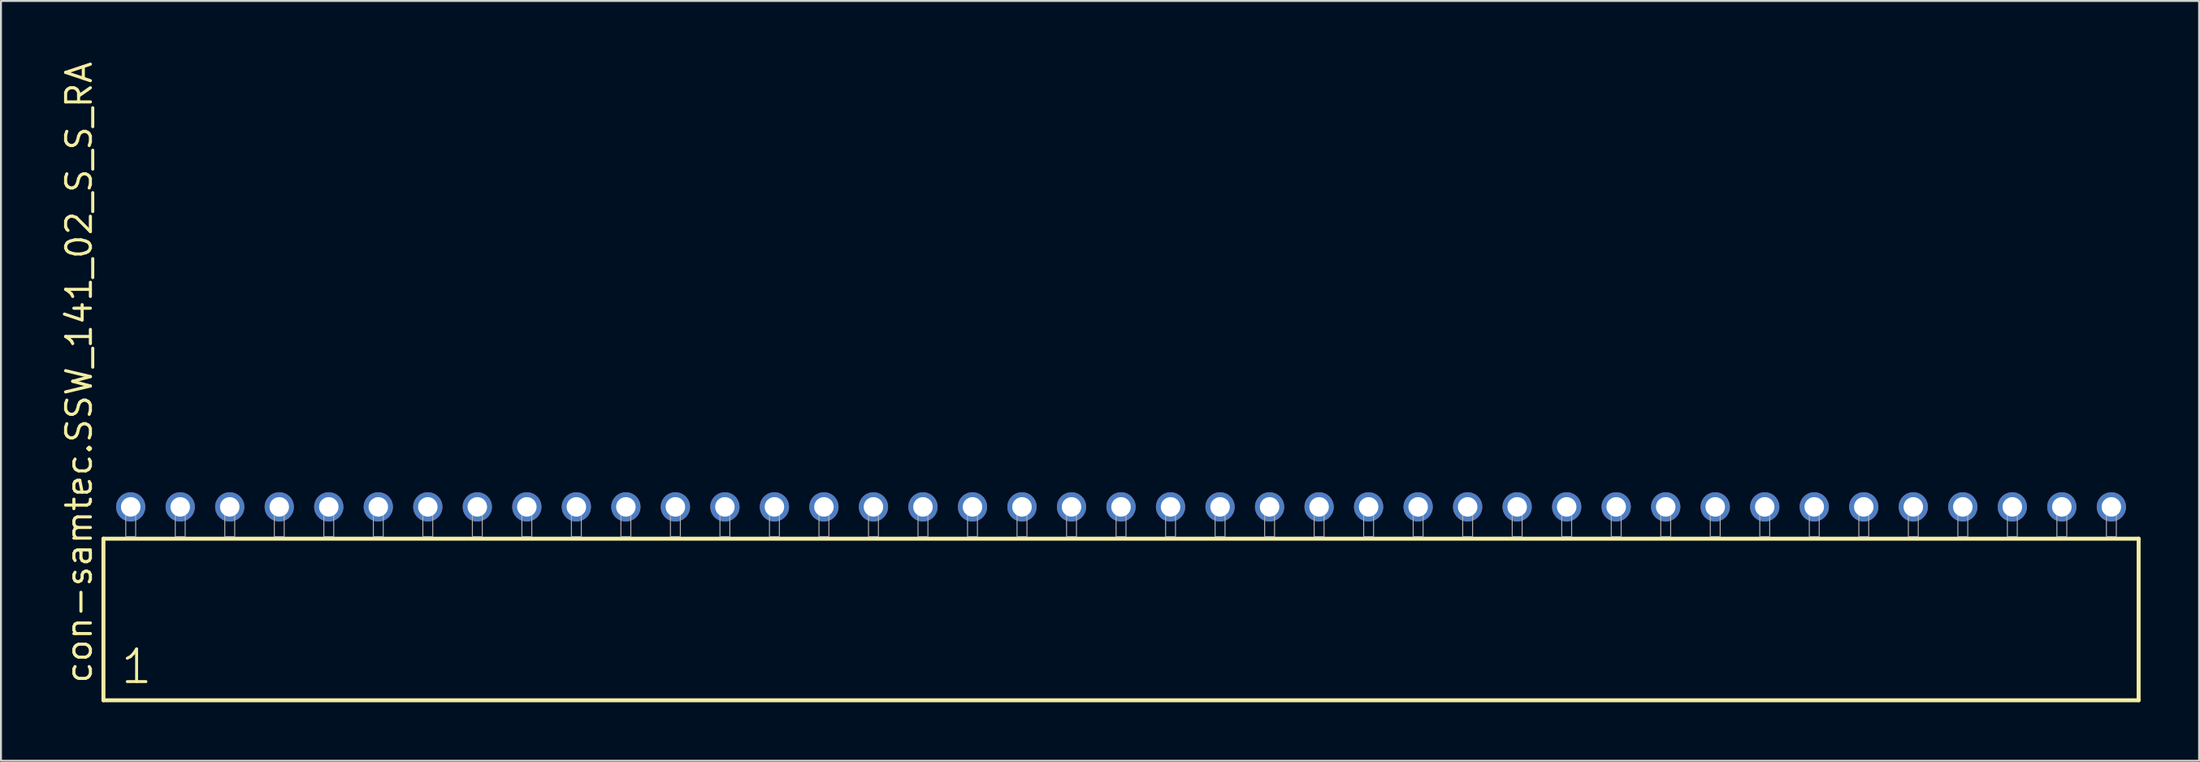
<source format=kicad_pcb>
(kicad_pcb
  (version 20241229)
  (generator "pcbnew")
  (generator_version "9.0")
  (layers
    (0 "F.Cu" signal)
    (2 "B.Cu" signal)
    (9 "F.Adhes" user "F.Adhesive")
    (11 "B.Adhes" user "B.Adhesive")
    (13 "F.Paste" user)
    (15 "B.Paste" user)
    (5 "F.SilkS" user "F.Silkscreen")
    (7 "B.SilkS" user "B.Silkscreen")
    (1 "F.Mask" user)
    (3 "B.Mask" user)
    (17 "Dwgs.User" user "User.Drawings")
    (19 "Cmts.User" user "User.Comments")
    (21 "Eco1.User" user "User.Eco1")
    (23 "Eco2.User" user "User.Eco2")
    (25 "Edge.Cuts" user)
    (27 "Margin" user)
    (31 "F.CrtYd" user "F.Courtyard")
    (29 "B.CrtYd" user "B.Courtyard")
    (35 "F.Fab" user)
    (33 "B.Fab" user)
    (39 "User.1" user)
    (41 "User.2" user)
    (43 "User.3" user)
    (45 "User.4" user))
  (footprint "con-samtec.SSW_141_02_S_S_RA"
    (layer "F.Cu")
    (at 54.455 24.477)
    (property "Reference" "con-samtec.SSW_141_02_S_S_RA" (at -52.705 7.62 90) (layer "F.SilkS") (effects (font (size 1.27 1.27) (thickness 0.16)) (justify left bottom)))
    (attr through_hole)
    (fp_line (start -52.199 0.106) (end -52.199 8.396) (stroke (width 0.203) (type default)) (layer "F.SilkS"))
    (fp_line (start -52.199 8.396) (end 52.199 8.396) (stroke (width 0.203) (type default)) (layer "F.SilkS"))
    (fp_line (start 52.199 0.106) (end -52.199 0.106) (stroke (width 0.203) (type default)) (layer "F.SilkS"))
    (fp_line (start 52.199 8.396) (end 52.199 0.106) (stroke (width 0.203) (type default)) (layer "F.SilkS"))
    (fp_rect (start -51.054 0) (end -50.546 -1.778) (stroke (width 0.05) (type default)) (fill no) (layer "F.Fab"))
    (fp_rect (start -48.514 0) (end -48.006 -1.778) (stroke (width 0.05) (type default)) (fill no) (layer "F.Fab"))
    (fp_rect (start -45.974 0) (end -45.466 -1.778) (stroke (width 0.05) (type default)) (fill no) (layer "F.Fab"))
    (fp_rect (start -43.434 0) (end -42.926 -1.778) (stroke (width 0.05) (type default)) (fill no) (layer "F.Fab"))
    (fp_rect (start -40.894 0) (end -40.386 -1.778) (stroke (width 0.05) (type default)) (fill no) (layer "F.Fab"))
    (fp_rect (start -38.354 0) (end -37.846 -1.778) (stroke (width 0.05) (type default)) (fill no) (layer "F.Fab"))
    (fp_rect (start -35.814 0) (end -35.306 -1.778) (stroke (width 0.05) (type default)) (fill no) (layer "F.Fab"))
    (fp_rect (start -33.274 0) (end -32.766 -1.778) (stroke (width 0.05) (type default)) (fill no) (layer "F.Fab"))
    (fp_rect (start -30.734 0) (end -30.226 -1.778) (stroke (width 0.05) (type default)) (fill no) (layer "F.Fab"))
    (fp_rect (start -28.194 0) (end -27.686 -1.778) (stroke (width 0.05) (type default)) (fill no) (layer "F.Fab"))
    (fp_rect (start -25.654 0) (end -25.146 -1.778) (stroke (width 0.05) (type default)) (fill no) (layer "F.Fab"))
    (fp_rect (start -23.114 0) (end -22.606 -1.778) (stroke (width 0.05) (type default)) (fill no) (layer "F.Fab"))
    (fp_rect (start -20.574 0) (end -20.066 -1.778) (stroke (width 0.05) (type default)) (fill no) (layer "F.Fab"))
    (fp_rect (start -18.034 0) (end -17.526 -1.778) (stroke (width 0.05) (type default)) (fill no) (layer "F.Fab"))
    (fp_rect (start -15.494 0) (end -14.986 -1.778) (stroke (width 0.05) (type default)) (fill no) (layer "F.Fab"))
    (fp_rect (start -12.954 0) (end -12.446 -1.778) (stroke (width 0.05) (type default)) (fill no) (layer "F.Fab"))
    (fp_rect (start -10.414 0) (end -9.906 -1.778) (stroke (width 0.05) (type default)) (fill no) (layer "F.Fab"))
    (fp_rect (start -7.874 0) (end -7.366 -1.778) (stroke (width 0.05) (type default)) (fill no) (layer "F.Fab"))
    (fp_rect (start -5.334 0) (end -4.826 -1.778) (stroke (width 0.05) (type default)) (fill no) (layer "F.Fab"))
    (fp_rect (start -2.794 0) (end -2.286 -1.778) (stroke (width 0.05) (type default)) (fill no) (layer "F.Fab"))
    (fp_rect (start -0.254 0) (end 0.254 -1.778) (stroke (width 0.05) (type default)) (fill no) (layer "F.Fab"))
    (fp_rect (start 2.286 0) (end 2.794 -1.778) (stroke (width 0.05) (type default)) (fill no) (layer "F.Fab"))
    (fp_rect (start 4.826 0) (end 5.334 -1.778) (stroke (width 0.05) (type default)) (fill no) (layer "F.Fab"))
    (fp_rect (start 7.366 0) (end 7.874 -1.778) (stroke (width 0.05) (type default)) (fill no) (layer "F.Fab"))
    (fp_rect (start 9.906 0) (end 10.414 -1.778) (stroke (width 0.05) (type default)) (fill no) (layer "F.Fab"))
    (fp_rect (start 12.446 0) (end 12.954 -1.778) (stroke (width 0.05) (type default)) (fill no) (layer "F.Fab"))
    (fp_rect (start 14.986 0) (end 15.494 -1.778) (stroke (width 0.05) (type default)) (fill no) (layer "F.Fab"))
    (fp_rect (start 17.526 0) (end 18.034 -1.778) (stroke (width 0.05) (type default)) (fill no) (layer "F.Fab"))
    (fp_rect (start 20.066 0) (end 20.574 -1.778) (stroke (width 0.05) (type default)) (fill no) (layer "F.Fab"))
    (fp_rect (start 22.606 0) (end 23.114 -1.778) (stroke (width 0.05) (type default)) (fill no) (layer "F.Fab"))
    (fp_rect (start 25.146 0) (end 25.654 -1.778) (stroke (width 0.05) (type default)) (fill no) (layer "F.Fab"))
    (fp_rect (start 27.686 0) (end 28.194 -1.778) (stroke (width 0.05) (type default)) (fill no) (layer "F.Fab"))
    (fp_rect (start 30.226 0) (end 30.734 -1.778) (stroke (width 0.05) (type default)) (fill no) (layer "F.Fab"))
    (fp_rect (start 32.766 0) (end 33.274 -1.778) (stroke (width 0.05) (type default)) (fill no) (layer "F.Fab"))
    (fp_rect (start 35.306 0) (end 35.814 -1.778) (stroke (width 0.05) (type default)) (fill no) (layer "F.Fab"))
    (fp_rect (start 37.846 0) (end 38.354 -1.778) (stroke (width 0.05) (type default)) (fill no) (layer "F.Fab"))
    (fp_rect (start 40.386 0) (end 40.894 -1.778) (stroke (width 0.05) (type default)) (fill no) (layer "F.Fab"))
    (fp_rect (start 42.926 0) (end 43.434 -1.778) (stroke (width 0.05) (type default)) (fill no) (layer "F.Fab"))
    (fp_rect (start 45.466 0) (end 45.974 -1.778) (stroke (width 0.05) (type default)) (fill no) (layer "F.Fab"))
    (fp_rect (start 48.006 0) (end 48.514 -1.778) (stroke (width 0.05) (type default)) (fill no) (layer "F.Fab"))
    (fp_rect (start 50.546 0) (end 51.054 -1.778) (stroke (width 0.05) (type default)) (fill no) (layer "F.Fab"))
    (fp_text user "1" (at -51.395 7.65 0) (layer "F.SilkS") (effects (font (size 1.676 1.676) (thickness 0.15)) (justify left bottom)))
    (pad "1" thru_hole circle (at -50.8 -1.524) (size 1.5 1.5) (drill 1) (layers "*.Cu" "*.Mask"))
    (pad "2" thru_hole circle (at -48.26 -1.524) (size 1.5 1.5) (drill 1) (layers "*.Cu" "*.Mask"))
    (pad "3" thru_hole circle (at -45.72 -1.524) (size 1.5 1.5) (drill 1) (layers "*.Cu" "*.Mask"))
    (pad "4" thru_hole circle (at -43.18 -1.524) (size 1.5 1.5) (drill 1) (layers "*.Cu" "*.Mask"))
    (pad "5" thru_hole circle (at -40.64 -1.524) (size 1.5 1.5) (drill 1) (layers "*.Cu" "*.Mask"))
    (pad "6" thru_hole circle (at -38.1 -1.524) (size 1.5 1.5) (drill 1) (layers "*.Cu" "*.Mask"))
    (pad "7" thru_hole circle (at -35.56 -1.524) (size 1.5 1.5) (drill 1) (layers "*.Cu" "*.Mask"))
    (pad "8" thru_hole circle (at -33.02 -1.524) (size 1.5 1.5) (drill 1) (layers "*.Cu" "*.Mask"))
    (pad "9" thru_hole circle (at -30.48 -1.524) (size 1.5 1.5) (drill 1) (layers "*.Cu" "*.Mask"))
    (pad "10" thru_hole circle (at -27.94 -1.524) (size 1.5 1.5) (drill 1) (layers "*.Cu" "*.Mask"))
    (pad "11" thru_hole circle (at -25.4 -1.524) (size 1.5 1.5) (drill 1) (layers "*.Cu" "*.Mask"))
    (pad "12" thru_hole circle (at -22.86 -1.524) (size 1.5 1.5) (drill 1) (layers "*.Cu" "*.Mask"))
    (pad "13" thru_hole circle (at -20.32 -1.524) (size 1.5 1.5) (drill 1) (layers "*.Cu" "*.Mask"))
    (pad "14" thru_hole circle (at -17.78 -1.524) (size 1.5 1.5) (drill 1) (layers "*.Cu" "*.Mask"))
    (pad "15" thru_hole circle (at -15.24 -1.524) (size 1.5 1.5) (drill 1) (layers "*.Cu" "*.Mask"))
    (pad "16" thru_hole circle (at -12.7 -1.524) (size 1.5 1.5) (drill 1) (layers "*.Cu" "*.Mask"))
    (pad "17" thru_hole circle (at -10.16 -1.524) (size 1.5 1.5) (drill 1) (layers "*.Cu" "*.Mask"))
    (pad "18" thru_hole circle (at -7.62 -1.524) (size 1.5 1.5) (drill 1) (layers "*.Cu" "*.Mask"))
    (pad "19" thru_hole circle (at -5.08 -1.524) (size 1.5 1.5) (drill 1) (layers "*.Cu" "*.Mask"))
    (pad "20" thru_hole circle (at -2.54 -1.524) (size 1.5 1.5) (drill 1) (layers "*.Cu" "*.Mask"))
    (pad "21" thru_hole circle (at 0 -1.524) (size 1.5 1.5) (drill 1) (layers "*.Cu" "*.Mask"))
    (pad "22" thru_hole circle (at 2.54 -1.524) (size 1.5 1.5) (drill 1) (layers "*.Cu" "*.Mask"))
    (pad "23" thru_hole circle (at 5.08 -1.524) (size 1.5 1.5) (drill 1) (layers "*.Cu" "*.Mask"))
    (pad "24" thru_hole circle (at 7.62 -1.524) (size 1.5 1.5) (drill 1) (layers "*.Cu" "*.Mask"))
    (pad "25" thru_hole circle (at 10.16 -1.524) (size 1.5 1.5) (drill 1) (layers "*.Cu" "*.Mask"))
    (pad "26" thru_hole circle (at 12.7 -1.524) (size 1.5 1.5) (drill 1) (layers "*.Cu" "*.Mask"))
    (pad "27" thru_hole circle (at 15.24 -1.524) (size 1.5 1.5) (drill 1) (layers "*.Cu" "*.Mask"))
    (pad "28" thru_hole circle (at 17.78 -1.524) (size 1.5 1.5) (drill 1) (layers "*.Cu" "*.Mask"))
    (pad "29" thru_hole circle (at 20.32 -1.524) (size 1.5 1.5) (drill 1) (layers "*.Cu" "*.Mask"))
    (pad "30" thru_hole circle (at 22.86 -1.524) (size 1.5 1.5) (drill 1) (layers "*.Cu" "*.Mask"))
    (pad "31" thru_hole circle (at 25.4 -1.524) (size 1.5 1.5) (drill 1) (layers "*.Cu" "*.Mask"))
    (pad "32" thru_hole circle (at 27.94 -1.524) (size 1.5 1.5) (drill 1) (layers "*.Cu" "*.Mask"))
    (pad "33" thru_hole circle (at 30.48 -1.524) (size 1.5 1.5) (drill 1) (layers "*.Cu" "*.Mask"))
    (pad "34" thru_hole circle (at 33.02 -1.524) (size 1.5 1.5) (drill 1) (layers "*.Cu" "*.Mask"))
    (pad "35" thru_hole circle (at 35.56 -1.524) (size 1.5 1.5) (drill 1) (layers "*.Cu" "*.Mask"))
    (pad "36" thru_hole circle (at 38.1 -1.524) (size 1.5 1.5) (drill 1) (layers "*.Cu" "*.Mask"))
    (pad "37" thru_hole circle (at 40.64 -1.524) (size 1.5 1.5) (drill 1) (layers "*.Cu" "*.Mask"))
    (pad "38" thru_hole circle (at 43.18 -1.524) (size 1.5 1.5) (drill 1) (layers "*.Cu" "*.Mask"))
    (pad "39" thru_hole circle (at 45.72 -1.524) (size 1.5 1.5) (drill 1) (layers "*.Cu" "*.Mask"))
    (pad "40" thru_hole circle (at 48.26 -1.524) (size 1.5 1.5) (drill 1) (layers "*.Cu" "*.Mask"))
    (pad "41" thru_hole circle (at 50.8 -1.524) (size 1.5 1.5) (drill 1) (layers "*.Cu" "*.Mask")))
  (gr_rect
    (start -3 -3)
    (end 109.756 35.975)
    (stroke (width 0.1) (type default))
    (fill no)
    (layer "Edge.Cuts")))
</source>
